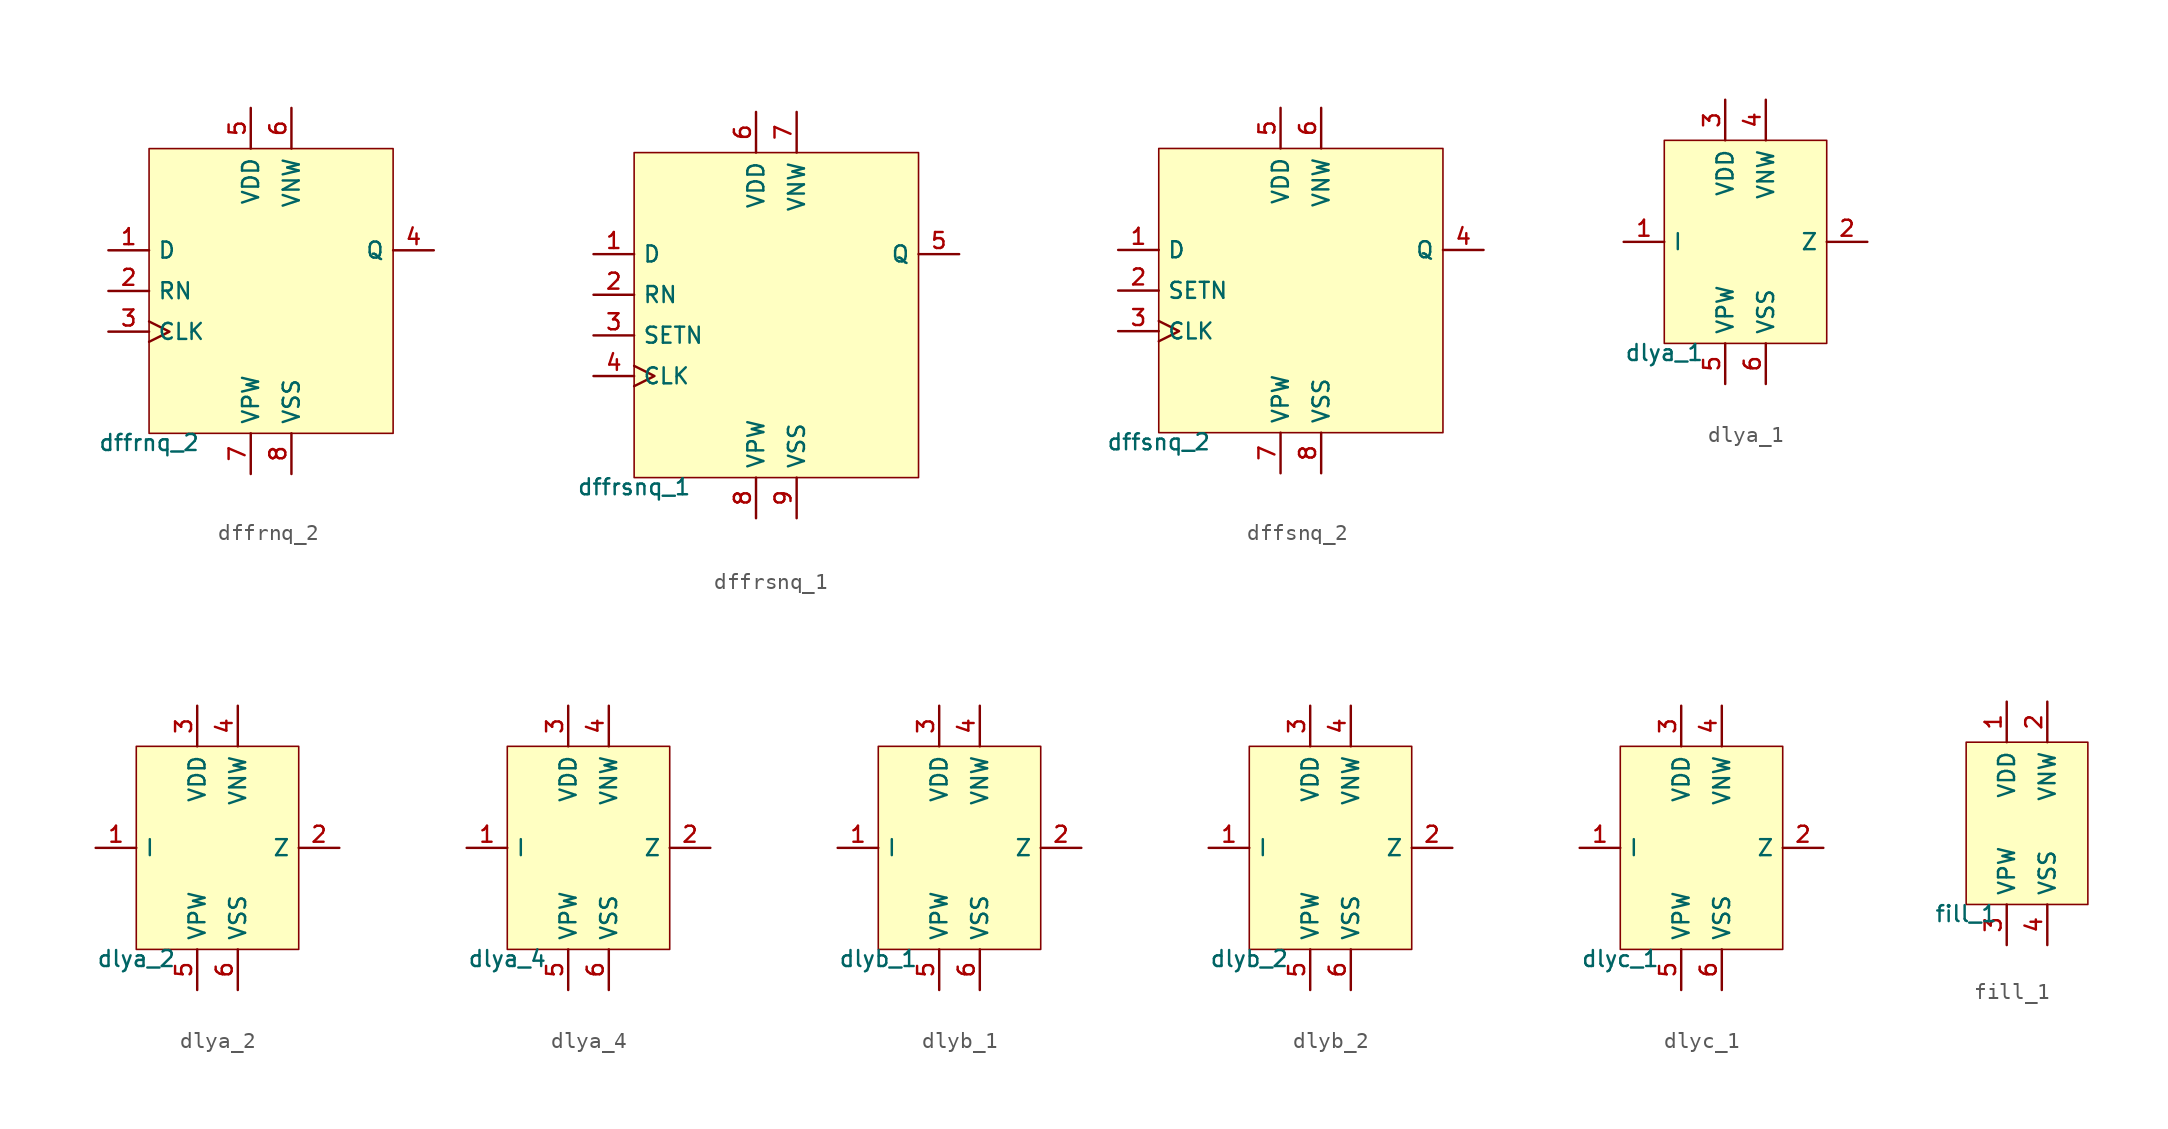
<source format=kicad_sym>
(kicad_symbol_lib
  (version 20211014)
  (generator pdk2kicad)
  (symbol "dffrnq_2"
    (property "Reference" "X"
      (at 0 0 0)
      (effects (font (size 1 1)) hide))
    (property "Value" "dffrnq_2"
      (at -7.62 -8.89 0)
      (effects (font (size 1 1)) (justify top)))
    (rectangle
      (start -7.62 -8.89)
      (end 7.62 8.89)
      (stroke (width 0.1) (type solid) (color 0 0 0 0))
      (fill (type background)))
    (pin input line
      (at -10.16 2.54 0)
      (length 2.54)
      (name "D" (effects (font (size 1 1)) hide))
      (number "1" (effects (font (size 1 1)) hide)))
    (pin input line
      (at -10.16 4.440892098500626e-16 0)
      (length 2.54)
      (name "RN" (effects (font (size 1 1)) hide))
      (number "2" (effects (font (size 1 1)) hide)))
    (pin input clock
      (at -10.16 -2.54 0)
      (length 2.54)
      (name "CLK" (effects (font (size 1 1)) hide))
      (number "3" (effects (font (size 1 1)) hide)))
    (pin output line
      (at 10.16 2.54 180)
      (length 2.54)
      (name "Q" (effects (font (size 1 1)) hide))
      (number "4" (effects (font (size 1 1)) hide)))
    (pin power_in line
      (at -1.27 11.43 270)
      (length 2.54)
      (name "VDD" (effects (font (size 1 1)) hide))
      (number "5" (effects (font (size 1 1)) hide)))
    (pin power_in line
      (at 1.27 11.43 270)
      (length 2.54)
      (name "VNW" (effects (font (size 1 1)) hide))
      (number "6" (effects (font (size 1 1)) hide)))
    (pin power_in line
      (at -1.27 -11.43 90)
      (length 2.54)
      (name "VPW" (effects (font (size 1 1)) hide))
      (number "7" (effects (font (size 1 1)) hide)))
    (pin power_in line
      (at 1.27 -11.43 90)
      (length 2.54)
      (name "VSS" (effects (font (size 1 1)) hide))
      (number "8" (effects (font (size 1 1)) hide))))
  (symbol "dffrsnq_1"
    (property "Reference" "X"
      (at 0 0 0)
      (effects (font (size 1 1)) hide))
    (property "Value" "dffrsnq_1"
      (at -8.89 -10.16 0)
      (effects (font (size 1 1)) (justify top)))
    (rectangle
      (start -8.89 -10.16)
      (end 8.89 10.16)
      (stroke (width 0.1) (type solid) (color 0 0 0 0))
      (fill (type background)))
    (pin input line
      (at -11.43 3.81 0)
      (length 2.54)
      (name "D" (effects (font (size 1 1)) hide))
      (number "1" (effects (font (size 1 1)) hide)))
    (pin input line
      (at -11.43 1.27 0)
      (length 2.54)
      (name "RN" (effects (font (size 1 1)) hide))
      (number "2" (effects (font (size 1 1)) hide)))
    (pin input line
      (at -11.43 -1.27 0)
      (length 2.54)
      (name "SETN" (effects (font (size 1 1)) hide))
      (number "3" (effects (font (size 1 1)) hide)))
    (pin input clock
      (at -11.43 -3.81 0)
      (length 2.54)
      (name "CLK" (effects (font (size 1 1)) hide))
      (number "4" (effects (font (size 1 1)) hide)))
    (pin output line
      (at 11.43 3.81 180)
      (length 2.54)
      (name "Q" (effects (font (size 1 1)) hide))
      (number "5" (effects (font (size 1 1)) hide)))
    (pin power_in line
      (at -1.27 12.7 270)
      (length 2.54)
      (name "VDD" (effects (font (size 1 1)) hide))
      (number "6" (effects (font (size 1 1)) hide)))
    (pin power_in line
      (at 1.27 12.7 270)
      (length 2.54)
      (name "VNW" (effects (font (size 1 1)) hide))
      (number "7" (effects (font (size 1 1)) hide)))
    (pin power_in line
      (at -1.27 -12.7 90)
      (length 2.54)
      (name "VPW" (effects (font (size 1 1)) hide))
      (number "8" (effects (font (size 1 1)) hide)))
    (pin power_in line
      (at 1.27 -12.7 90)
      (length 2.54)
      (name "VSS" (effects (font (size 1 1)) hide))
      (number "9" (effects (font (size 1 1)) hide))))
  (symbol "dffsnq_2"
    (property "Reference" "X"
      (at 0 0 0)
      (effects (font (size 1 1)) hide))
    (property "Value" "dffsnq_2"
      (at -8.89 -8.89 0)
      (effects (font (size 1 1)) (justify top)))
    (rectangle
      (start -8.89 -8.89)
      (end 8.89 8.89)
      (stroke (width 0.1) (type solid) (color 0 0 0 0))
      (fill (type background)))
    (pin input line
      (at -11.43 2.54 0)
      (length 2.54)
      (name "D" (effects (font (size 1 1)) hide))
      (number "1" (effects (font (size 1 1)) hide)))
    (pin input line
      (at -11.43 4.440892098500626e-16 0)
      (length 2.54)
      (name "SETN" (effects (font (size 1 1)) hide))
      (number "2" (effects (font (size 1 1)) hide)))
    (pin input clock
      (at -11.43 -2.54 0)
      (length 2.54)
      (name "CLK" (effects (font (size 1 1)) hide))
      (number "3" (effects (font (size 1 1)) hide)))
    (pin output line
      (at 11.43 2.54 180)
      (length 2.54)
      (name "Q" (effects (font (size 1 1)) hide))
      (number "4" (effects (font (size 1 1)) hide)))
    (pin power_in line
      (at -1.27 11.43 270)
      (length 2.54)
      (name "VDD" (effects (font (size 1 1)) hide))
      (number "5" (effects (font (size 1 1)) hide)))
    (pin power_in line
      (at 1.27 11.43 270)
      (length 2.54)
      (name "VNW" (effects (font (size 1 1)) hide))
      (number "6" (effects (font (size 1 1)) hide)))
    (pin power_in line
      (at -1.27 -11.43 90)
      (length 2.54)
      (name "VPW" (effects (font (size 1 1)) hide))
      (number "7" (effects (font (size 1 1)) hide)))
    (pin power_in line
      (at 1.27 -11.43 90)
      (length 2.54)
      (name "VSS" (effects (font (size 1 1)) hide))
      (number "8" (effects (font (size 1 1)) hide))))
  (symbol "dlya_1"
    (property "Reference" "X"
      (at 0 0 0)
      (effects (font (size 1 1)) hide))
    (property "Value" "dlya_1"
      (at -5.08 -6.35 0)
      (effects (font (size 1 1)) (justify top)))
    (rectangle
      (start -5.08 -6.35)
      (end 5.08 6.35)
      (stroke (width 0.1) (type solid) (color 0 0 0 0))
      (fill (type background)))
    (pin input line
      (at -7.62 -4.440892098500626e-16 0)
      (length 2.54)
      (name "I" (effects (font (size 1 1)) hide))
      (number "1" (effects (font (size 1 1)) hide)))
    (pin output line
      (at 7.62 -4.440892098500626e-16 180)
      (length 2.54)
      (name "Z" (effects (font (size 1 1)) hide))
      (number "2" (effects (font (size 1 1)) hide)))
    (pin power_in line
      (at -1.27 8.89 270)
      (length 2.54)
      (name "VDD" (effects (font (size 1 1)) hide))
      (number "3" (effects (font (size 1 1)) hide)))
    (pin power_in line
      (at 1.27 8.89 270)
      (length 2.54)
      (name "VNW" (effects (font (size 1 1)) hide))
      (number "4" (effects (font (size 1 1)) hide)))
    (pin power_in line
      (at -1.27 -8.89 90)
      (length 2.54)
      (name "VPW" (effects (font (size 1 1)) hide))
      (number "5" (effects (font (size 1 1)) hide)))
    (pin power_in line
      (at 1.27 -8.89 90)
      (length 2.54)
      (name "VSS" (effects (font (size 1 1)) hide))
      (number "6" (effects (font (size 1 1)) hide))))
  (symbol "dlya_2"
    (property "Reference" "X"
      (at 0 0 0)
      (effects (font (size 1 1)) hide))
    (property "Value" "dlya_2"
      (at -5.08 -6.35 0)
      (effects (font (size 1 1)) (justify top)))
    (rectangle
      (start -5.08 -6.35)
      (end 5.08 6.35)
      (stroke (width 0.1) (type solid) (color 0 0 0 0))
      (fill (type background)))
    (pin input line
      (at -7.62 -4.440892098500626e-16 0)
      (length 2.54)
      (name "I" (effects (font (size 1 1)) hide))
      (number "1" (effects (font (size 1 1)) hide)))
    (pin output line
      (at 7.62 -4.440892098500626e-16 180)
      (length 2.54)
      (name "Z" (effects (font (size 1 1)) hide))
      (number "2" (effects (font (size 1 1)) hide)))
    (pin power_in line
      (at -1.27 8.89 270)
      (length 2.54)
      (name "VDD" (effects (font (size 1 1)) hide))
      (number "3" (effects (font (size 1 1)) hide)))
    (pin power_in line
      (at 1.27 8.89 270)
      (length 2.54)
      (name "VNW" (effects (font (size 1 1)) hide))
      (number "4" (effects (font (size 1 1)) hide)))
    (pin power_in line
      (at -1.27 -8.89 90)
      (length 2.54)
      (name "VPW" (effects (font (size 1 1)) hide))
      (number "5" (effects (font (size 1 1)) hide)))
    (pin power_in line
      (at 1.27 -8.89 90)
      (length 2.54)
      (name "VSS" (effects (font (size 1 1)) hide))
      (number "6" (effects (font (size 1 1)) hide))))
  (symbol "dlya_4"
    (property "Reference" "X"
      (at 0 0 0)
      (effects (font (size 1 1)) hide))
    (property "Value" "dlya_4"
      (at -5.08 -6.35 0)
      (effects (font (size 1 1)) (justify top)))
    (rectangle
      (start -5.08 -6.35)
      (end 5.08 6.35)
      (stroke (width 0.1) (type solid) (color 0 0 0 0))
      (fill (type background)))
    (pin input line
      (at -7.62 -4.440892098500626e-16 0)
      (length 2.54)
      (name "I" (effects (font (size 1 1)) hide))
      (number "1" (effects (font (size 1 1)) hide)))
    (pin output line
      (at 7.62 -4.440892098500626e-16 180)
      (length 2.54)
      (name "Z" (effects (font (size 1 1)) hide))
      (number "2" (effects (font (size 1 1)) hide)))
    (pin power_in line
      (at -1.27 8.89 270)
      (length 2.54)
      (name "VDD" (effects (font (size 1 1)) hide))
      (number "3" (effects (font (size 1 1)) hide)))
    (pin power_in line
      (at 1.27 8.89 270)
      (length 2.54)
      (name "VNW" (effects (font (size 1 1)) hide))
      (number "4" (effects (font (size 1 1)) hide)))
    (pin power_in line
      (at -1.27 -8.89 90)
      (length 2.54)
      (name "VPW" (effects (font (size 1 1)) hide))
      (number "5" (effects (font (size 1 1)) hide)))
    (pin power_in line
      (at 1.27 -8.89 90)
      (length 2.54)
      (name "VSS" (effects (font (size 1 1)) hide))
      (number "6" (effects (font (size 1 1)) hide))))
  (symbol "dlyb_1"
    (property "Reference" "X"
      (at 0 0 0)
      (effects (font (size 1 1)) hide))
    (property "Value" "dlyb_1"
      (at -5.08 -6.35 0)
      (effects (font (size 1 1)) (justify top)))
    (rectangle
      (start -5.08 -6.35)
      (end 5.08 6.35)
      (stroke (width 0.1) (type solid) (color 0 0 0 0))
      (fill (type background)))
    (pin input line
      (at -7.62 -4.440892098500626e-16 0)
      (length 2.54)
      (name "I" (effects (font (size 1 1)) hide))
      (number "1" (effects (font (size 1 1)) hide)))
    (pin output line
      (at 7.62 -4.440892098500626e-16 180)
      (length 2.54)
      (name "Z" (effects (font (size 1 1)) hide))
      (number "2" (effects (font (size 1 1)) hide)))
    (pin power_in line
      (at -1.27 8.89 270)
      (length 2.54)
      (name "VDD" (effects (font (size 1 1)) hide))
      (number "3" (effects (font (size 1 1)) hide)))
    (pin power_in line
      (at 1.27 8.89 270)
      (length 2.54)
      (name "VNW" (effects (font (size 1 1)) hide))
      (number "4" (effects (font (size 1 1)) hide)))
    (pin power_in line
      (at -1.27 -8.89 90)
      (length 2.54)
      (name "VPW" (effects (font (size 1 1)) hide))
      (number "5" (effects (font (size 1 1)) hide)))
    (pin power_in line
      (at 1.27 -8.89 90)
      (length 2.54)
      (name "VSS" (effects (font (size 1 1)) hide))
      (number "6" (effects (font (size 1 1)) hide))))
  (symbol "dlyb_2"
    (property "Reference" "X"
      (at 0 0 0)
      (effects (font (size 1 1)) hide))
    (property "Value" "dlyb_2"
      (at -5.08 -6.35 0)
      (effects (font (size 1 1)) (justify top)))
    (rectangle
      (start -5.08 -6.35)
      (end 5.08 6.35)
      (stroke (width 0.1) (type solid) (color 0 0 0 0))
      (fill (type background)))
    (pin input line
      (at -7.62 -4.440892098500626e-16 0)
      (length 2.54)
      (name "I" (effects (font (size 1 1)) hide))
      (number "1" (effects (font (size 1 1)) hide)))
    (pin output line
      (at 7.62 -4.440892098500626e-16 180)
      (length 2.54)
      (name "Z" (effects (font (size 1 1)) hide))
      (number "2" (effects (font (size 1 1)) hide)))
    (pin power_in line
      (at -1.27 8.89 270)
      (length 2.54)
      (name "VDD" (effects (font (size 1 1)) hide))
      (number "3" (effects (font (size 1 1)) hide)))
    (pin power_in line
      (at 1.27 8.89 270)
      (length 2.54)
      (name "VNW" (effects (font (size 1 1)) hide))
      (number "4" (effects (font (size 1 1)) hide)))
    (pin power_in line
      (at -1.27 -8.89 90)
      (length 2.54)
      (name "VPW" (effects (font (size 1 1)) hide))
      (number "5" (effects (font (size 1 1)) hide)))
    (pin power_in line
      (at 1.27 -8.89 90)
      (length 2.54)
      (name "VSS" (effects (font (size 1 1)) hide))
      (number "6" (effects (font (size 1 1)) hide))))
  (symbol "dlyc_1"
    (property "Reference" "X"
      (at 0 0 0)
      (effects (font (size 1 1)) hide))
    (property "Value" "dlyc_1"
      (at -5.08 -6.35 0)
      (effects (font (size 1 1)) (justify top)))
    (rectangle
      (start -5.08 -6.35)
      (end 5.08 6.35)
      (stroke (width 0.1) (type solid) (color 0 0 0 0))
      (fill (type background)))
    (pin input line
      (at -7.62 -4.440892098500626e-16 0)
      (length 2.54)
      (name "I" (effects (font (size 1 1)) hide))
      (number "1" (effects (font (size 1 1)) hide)))
    (pin output line
      (at 7.62 -4.440892098500626e-16 180)
      (length 2.54)
      (name "Z" (effects (font (size 1 1)) hide))
      (number "2" (effects (font (size 1 1)) hide)))
    (pin power_in line
      (at -1.27 8.89 270)
      (length 2.54)
      (name "VDD" (effects (font (size 1 1)) hide))
      (number "3" (effects (font (size 1 1)) hide)))
    (pin power_in line
      (at 1.27 8.89 270)
      (length 2.54)
      (name "VNW" (effects (font (size 1 1)) hide))
      (number "4" (effects (font (size 1 1)) hide)))
    (pin power_in line
      (at -1.27 -8.89 90)
      (length 2.54)
      (name "VPW" (effects (font (size 1 1)) hide))
      (number "5" (effects (font (size 1 1)) hide)))
    (pin power_in line
      (at 1.27 -8.89 90)
      (length 2.54)
      (name "VSS" (effects (font (size 1 1)) hide))
      (number "6" (effects (font (size 1 1)) hide))))
  (symbol "fill_1"
    (property "Reference" "X"
      (at 0 0 0)
      (effects (font (size 1 1)) hide))
    (property "Value" "fill_1"
      (at -3.81 -5.08 0)
      (effects (font (size 1 1)) (justify top)))
    (rectangle
      (start -3.81 -5.08)
      (end 3.81 5.08)
      (stroke (width 0.1) (type solid) (color 0 0 0 0))
      (fill (type background)))
    (pin power_in line
      (at -1.27 7.62 270)
      (length 2.54)
      (name "VDD" (effects (font (size 1 1)) hide))
      (number "1" (effects (font (size 1 1)) hide)))
    (pin power_in line
      (at 1.27 7.62 270)
      (length 2.54)
      (name "VNW" (effects (font (size 1 1)) hide))
      (number "2" (effects (font (size 1 1)) hide)))
    (pin power_in line
      (at -1.27 -7.62 90)
      (length 2.54)
      (name "VPW" (effects (font (size 1 1)) hide))
      (number "3" (effects (font (size 1 1)) hide)))
    (pin power_in line
      (at 1.27 -7.62 90)
      (length 2.54)
      (name "VSS" (effects (font (size 1 1)) hide))
      (number "4" (effects (font (size 1 1)) hide)))))
</source>
